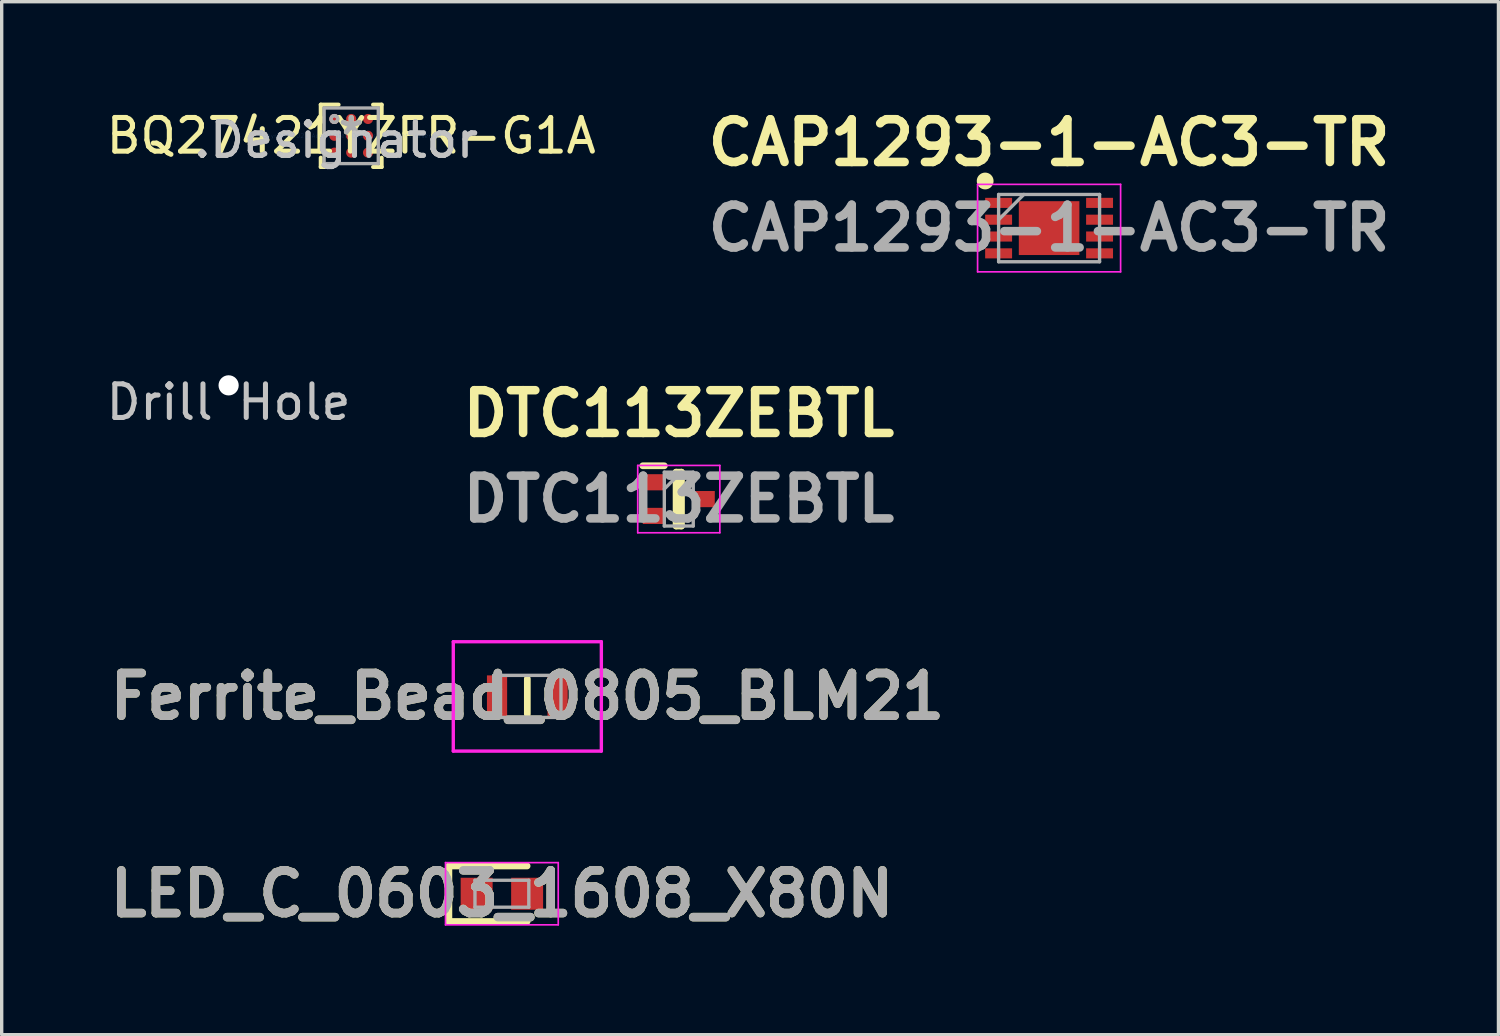
<source format=kicad_pcb>
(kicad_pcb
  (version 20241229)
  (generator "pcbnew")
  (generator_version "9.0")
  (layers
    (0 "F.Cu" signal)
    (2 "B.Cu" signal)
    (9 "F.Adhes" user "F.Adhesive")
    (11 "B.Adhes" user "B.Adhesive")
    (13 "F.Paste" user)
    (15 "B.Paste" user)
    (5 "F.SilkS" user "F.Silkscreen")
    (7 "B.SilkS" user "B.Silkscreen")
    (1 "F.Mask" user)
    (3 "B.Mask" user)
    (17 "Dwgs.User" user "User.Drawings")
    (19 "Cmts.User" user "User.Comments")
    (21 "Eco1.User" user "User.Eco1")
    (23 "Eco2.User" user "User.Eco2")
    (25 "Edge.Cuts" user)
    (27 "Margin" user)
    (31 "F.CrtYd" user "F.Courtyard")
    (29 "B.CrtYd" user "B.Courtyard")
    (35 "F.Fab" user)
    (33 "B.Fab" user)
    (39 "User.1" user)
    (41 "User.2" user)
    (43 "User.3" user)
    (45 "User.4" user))
  (footprint "Ferrite_Bead_0805_BLM21"
    (layer "F.Cu")
    (at 12.621 17.646)
    (property "Reference" "Ferrite_Bead_0805_BLM21" (at 0 0 0) (layer "F.SilkS") (effects (font (size 1.27 1.27) (thickness 0.254))))
    (attr smd)
    (fp_line (start 0 -0.525) (end 0 0.525) (stroke (width 0.2) (type solid)) (layer "F.SilkS"))
    (fp_line (start -2.2 -1.625) (end 2.2 -1.625) (stroke (width 0.1) (type solid)) (layer "F.CrtYd"))
    (fp_line (start -2.2 1.625) (end -2.2 -1.625) (stroke (width 0.1) (type solid)) (layer "F.CrtYd"))
    (fp_line (start 2.2 -1.625) (end 2.2 1.625) (stroke (width 0.1) (type solid)) (layer "F.CrtYd"))
    (fp_line (start 2.2 1.625) (end -2.2 1.625) (stroke (width 0.1) (type solid)) (layer "F.CrtYd"))
    (fp_line (start -1 -0.625) (end 1 -0.625) (stroke (width 0.1) (type solid)) (layer "F.Fab"))
    (fp_line (start -1 0.625) (end -1 -0.625) (stroke (width 0.1) (type solid)) (layer "F.Fab"))
    (fp_line (start 1 -0.625) (end 1 0.625) (stroke (width 0.1) (type solid)) (layer "F.Fab"))
    (fp_line (start 1 0.625) (end -1 0.625) (stroke (width 0.1) (type solid)) (layer "F.Fab"))
    (fp_text user "${REFERENCE}" (at 0 0 0) (layer "F.Fab") (effects (font (size 1.27 1.27) (thickness 0.254))))
    (pad "1" smd rect (at -0.9 0) (size 0.6 1.25) (layers "F.Cu" "F.Mask" "F.Paste"))
    (pad "2" smd rect (at 0.9 0) (size 0.6 1.25) (layers "F.Cu" "F.Mask" "F.Paste")))
  (footprint "BQ27421YZFR-G1A"
    (layer "F.Cu")
    (at 7.387 0.986)
    (property "Reference" "BQ27421YZFR-G1A" (at 0 0 0) (layer "F.SilkS") (effects (font (size 1 1) (thickness 0.15))))
    (attr through_hole)
    (fp_line (start -0.905 -0.926) (end -0.375 -0.926) (stroke (width 0.12) (type solid)) (layer "F.SilkS"))
    (fp_line (start -0.905 -0.4) (end -0.905 -0.926) (stroke (width 0.12) (type solid)) (layer "F.SilkS"))
    (fp_line (start -0.905 0.926) (end -0.905 0.65) (stroke (width 0.12) (type solid)) (layer "F.SilkS"))
    (fp_line (start -0.905 0.926) (end -0.65 0.926) (stroke (width 0.12) (type solid)) (layer "F.SilkS"))
    (fp_line (start 0.65 -0.926) (end 0.905 -0.926) (stroke (width 0.12) (type solid)) (layer "F.SilkS"))
    (fp_line (start 0.65 0.926) (end 0.905 0.926) (stroke (width 0.12) (type solid)) (layer "F.SilkS"))
    (fp_line (start 0.905 -0.65) (end 0.905 -0.926) (stroke (width 0.12) (type solid)) (layer "F.SilkS"))
    (fp_line (start 0.905 0.926) (end 0.905 0.65) (stroke (width 0.12) (type solid)) (layer "F.SilkS"))
    (fp_circle (center -0.6 -0.6) (end -0.575 -0.6) (stroke (width 0.1) (type solid)) (fill no) (layer "F.Paste"))
    (fp_circle (center -0.6 -0.4) (end -0.575 -0.4) (stroke (width 0.1) (type solid)) (fill no) (layer "F.Paste"))
    (fp_circle (center -0.6 -0.1) (end -0.575 -0.1) (stroke (width 0.1) (type solid)) (fill no) (layer "F.Paste"))
    (fp_circle (center -0.6 0.1) (end -0.575 0.1) (stroke (width 0.1) (type solid)) (fill no) (layer "F.Paste"))
    (fp_circle (center -0.6 0.4) (end -0.575 0.4) (stroke (width 0.1) (type solid)) (fill no) (layer "F.Paste"))
    (fp_circle (center -0.6 0.6) (end -0.575 0.6) (stroke (width 0.1) (type solid)) (fill no) (layer "F.Paste"))
    (fp_circle (center -0.4 -0.6) (end -0.375 -0.6) (stroke (width 0.1) (type solid)) (fill no) (layer "F.Paste"))
    (fp_circle (center -0.4 -0.4) (end -0.375 -0.4) (stroke (width 0.1) (type solid)) (fill no) (layer "F.Paste"))
    (fp_circle (center -0.4 -0.1) (end -0.375 -0.1) (stroke (width 0.1) (type solid)) (fill no) (layer "F.Paste"))
    (fp_circle (center -0.4 0.1) (end -0.375 0.1) (stroke (width 0.1) (type solid)) (fill no) (layer "F.Paste"))
    (fp_circle (center -0.4 0.4) (end -0.375 0.4) (stroke (width 0.1) (type solid)) (fill no) (layer "F.Paste"))
    (fp_circle (center -0.4 0.6) (end -0.375 0.6) (stroke (width 0.1) (type solid)) (fill no) (layer "F.Paste"))
    (fp_circle (center -0.1 -0.6) (end -0.075 -0.6) (stroke (width 0.1) (type solid)) (fill no) (layer "F.Paste"))
    (fp_circle (center -0.1 -0.4) (end -0.075 -0.4) (stroke (width 0.1) (type solid)) (fill no) (layer "F.Paste"))
    (fp_circle (center -0.1 -0.1) (end -0.075 -0.1) (stroke (width 0.1) (type solid)) (fill no) (layer "F.Paste"))
    (fp_circle (center -0.1 0.1) (end -0.075 0.1) (stroke (width 0.1) (type solid)) (fill no) (layer "F.Paste"))
    (fp_circle (center -0.1 0.4) (end -0.075 0.4) (stroke (width 0.1) (type solid)) (fill no) (layer "F.Paste"))
    (fp_circle (center -0.1 0.6) (end -0.075 0.6) (stroke (width 0.1) (type solid)) (fill no) (layer "F.Paste"))
    (fp_circle (center 0.1 -0.6) (end 0.125 -0.6) (stroke (width 0.1) (type solid)) (fill no) (layer "F.Paste"))
    (fp_circle (center 0.1 -0.4) (end 0.125 -0.4) (stroke (width 0.1) (type solid)) (fill no) (layer "F.Paste"))
    (fp_circle (center 0.1 -0.1) (end 0.125 -0.1) (stroke (width 0.1) (type solid)) (fill no) (layer "F.Paste"))
    (fp_circle (center 0.1 0.1) (end 0.125 0.1) (stroke (width 0.1) (type solid)) (fill no) (layer "F.Paste"))
    (fp_circle (center 0.1 0.4) (end 0.125 0.4) (stroke (width 0.1) (type solid)) (fill no) (layer "F.Paste"))
    (fp_circle (center 0.1 0.6) (end 0.125 0.6) (stroke (width 0.1) (type solid)) (fill no) (layer "F.Paste"))
    (fp_circle (center 0.4 -0.6) (end 0.425 -0.6) (stroke (width 0.1) (type solid)) (fill no) (layer "F.Paste"))
    (fp_circle (center 0.4 -0.4) (end 0.425 -0.4) (stroke (width 0.1) (type solid)) (fill no) (layer "F.Paste"))
    (fp_circle (center 0.4 -0.1) (end 0.425 -0.1) (stroke (width 0.1) (type solid)) (fill no) (layer "F.Paste"))
    (fp_circle (center 0.4 0.1) (end 0.425 0.1) (stroke (width 0.1) (type solid)) (fill no) (layer "F.Paste"))
    (fp_circle (center 0.4 0.4) (end 0.425 0.4) (stroke (width 0.1) (type solid)) (fill no) (layer "F.Paste"))
    (fp_circle (center 0.4 0.6) (end 0.425 0.6) (stroke (width 0.1) (type solid)) (fill no) (layer "F.Paste"))
    (fp_circle (center 0.6 -0.6) (end 0.625 -0.6) (stroke (width 0.1) (type solid)) (fill no) (layer "F.Paste"))
    (fp_circle (center 0.6 -0.4) (end 0.625 -0.4) (stroke (width 0.1) (type solid)) (fill no) (layer "F.Paste"))
    (fp_circle (center 0.6 -0.1) (end 0.625 -0.1) (stroke (width 0.1) (type solid)) (fill no) (layer "F.Paste"))
    (fp_circle (center 0.6 0.1) (end 0.625 0.1) (stroke (width 0.1) (type solid)) (fill no) (layer "F.Paste"))
    (fp_circle (center 0.6 0.4) (end 0.625 0.4) (stroke (width 0.1) (type solid)) (fill no) (layer "F.Paste"))
    (fp_circle (center 0.6 0.6) (end 0.625 0.6) (stroke (width 0.1) (type solid)) (fill no) (layer "F.Paste"))
    (fp_poly (pts (xy -0.65 -0.4) (xy -0.35 -0.4) (xy -0.35 -0.6) (xy -0.65 -0.6)) (stroke (width 0.1) (type solid)) (fill yes) (layer "F.Paste"))
    (fp_poly (pts (xy -0.65 0.1) (xy -0.35 0.1) (xy -0.35 -0.1) (xy -0.65 -0.1)) (stroke (width 0.1) (type solid)) (fill yes) (layer "F.Paste"))
    (fp_poly (pts (xy -0.65 0.6) (xy -0.35 0.6) (xy -0.35 0.4) (xy -0.65 0.4)) (stroke (width 0.1) (type solid)) (fill yes) (layer "F.Paste"))
    (fp_poly (pts (xy -0.4 -0.35) (xy -0.4 -0.65) (xy -0.6 -0.65) (xy -0.6 -0.35)) (stroke (width 0.1) (type solid)) (fill yes) (layer "F.Paste"))
    (fp_poly (pts (xy -0.4 0.15) (xy -0.4 -0.15) (xy -0.6 -0.15) (xy -0.6 0.15)) (stroke (width 0.1) (type solid)) (fill yes) (layer "F.Paste"))
    (fp_poly (pts (xy -0.4 0.65) (xy -0.4 0.35) (xy -0.6 0.35) (xy -0.6 0.65)) (stroke (width 0.1) (type solid)) (fill yes) (layer "F.Paste"))
    (fp_poly (pts (xy -0.15 -0.4) (xy 0.15 -0.4) (xy 0.15 -0.6) (xy -0.15 -0.6)) (stroke (width 0.1) (type solid)) (fill yes) (layer "F.Paste"))
    (fp_poly (pts (xy -0.15 0.1) (xy 0.15 0.1) (xy 0.15 -0.1) (xy -0.15 -0.1)) (stroke (width 0.1) (type solid)) (fill yes) (layer "F.Paste"))
    (fp_poly (pts (xy -0.15 0.6) (xy 0.15 0.6) (xy 0.15 0.4) (xy -0.15 0.4)) (stroke (width 0.1) (type solid)) (fill yes) (layer "F.Paste"))
    (fp_poly (pts (xy 0.1 -0.35) (xy 0.1 -0.65) (xy -0.1 -0.65) (xy -0.1 -0.35)) (stroke (width 0.1) (type solid)) (fill yes) (layer "F.Paste"))
    (fp_poly (pts (xy 0.1 0.15) (xy 0.1 -0.15) (xy -0.1 -0.15) (xy -0.1 0.15)) (stroke (width 0.1) (type solid)) (fill yes) (layer "F.Paste"))
    (fp_poly (pts (xy 0.1 0.65) (xy 0.1 0.35) (xy -0.1 0.35) (xy -0.1 0.65)) (stroke (width 0.1) (type solid)) (fill yes) (layer "F.Paste"))
    (fp_poly (pts (xy 0.35 -0.4) (xy 0.65 -0.4) (xy 0.65 -0.6) (xy 0.35 -0.6)) (stroke (width 0.1) (type solid)) (fill yes) (layer "F.Paste"))
    (fp_poly (pts (xy 0.35 0.1) (xy 0.65 0.1) (xy 0.65 -0.1) (xy 0.35 -0.1)) (stroke (width 0.1) (type solid)) (fill yes) (layer "F.Paste"))
    (fp_poly (pts (xy 0.35 0.6) (xy 0.65 0.6) (xy 0.65 0.4) (xy 0.35 0.4)) (stroke (width 0.1) (type solid)) (fill yes) (layer "F.Paste"))
    (fp_poly (pts (xy 0.6 -0.35) (xy 0.6 -0.65) (xy 0.4 -0.65) (xy 0.4 -0.35)) (stroke (width 0.1) (type solid)) (fill yes) (layer "F.Paste"))
    (fp_poly (pts (xy 0.6 0.15) (xy 0.6 -0.15) (xy 0.4 -0.15) (xy 0.4 0.15)) (stroke (width 0.1) (type solid)) (fill yes) (layer "F.Paste"))
    (fp_poly (pts (xy 0.6 0.65) (xy 0.6 0.35) (xy 0.4 0.35) (xy 0.4 0.65)) (stroke (width 0.1) (type solid)) (fill yes) (layer "F.Paste"))
    (fp_line (start -0.805 -0.826) (end 0.805 -0.826) (stroke (width 0.1) (type solid)) (layer "F.Fab"))
    (fp_line (start -0.805 0.826) (end -0.805 -0.826) (stroke (width 0.1) (type solid)) (layer "F.Fab"))
    (fp_line (start -0.805 0.826) (end 0.805 0.826) (stroke (width 0.1) (type solid)) (layer "F.Fab"))
    (fp_line (start 0.805 0.826) (end 0.805 -0.826) (stroke (width 0.1) (type solid)) (layer "F.Fab"))
    (fp_circle (center -0.5 -0.5) (end -0.4 -0.5) (stroke (width 0.1) (type solid)) (fill no) (layer "F.Fab"))
    (fp_circle (center -0.5 -0.5) (end -0.4 -0.5) (stroke (width 0.1) (type solid)) (fill no) (layer "F.Fab"))
    (fp_text user "*" (at 0 0 0) (layer "F.SilkS") (effects (font (size 1 1) (thickness 0.15))))
    (fp_text user ".Designator" (at -0.45 0.125 0) (layer "Dwgs.User") (effects (font (size 1 1) (thickness 0.15))))
    (fp_text user "Copyright 2021 Accelerated Designs. All rights reserved." (at 0 0 0) (layer "Cmts.User") (effects (font (size 0.127 0.127) (thickness 0.002))))
    (fp_text user "*" (at 0 0 0) (layer "F.Fab") (effects (font (size 1 1) (thickness 0.15))))
    (fp_text user ".Designator" (at -0.45 0.125 0) (layer "F.Fab") (effects (font (size 1 1) (thickness 0.15))))
    (pad "A1" smd circle (at -0.5 -0.5) (size 0.3 0.3) (layers "F.Cu" "F.Mask" "F.Paste"))
    (pad "A2" smd circle (at 0 -0.5) (size 0.3 0.3) (layers "F.Cu" "F.Mask" "F.Paste"))
    (pad "A3" smd circle (at 0.5 -0.5) (size 0.3 0.3) (layers "F.Cu" "F.Mask" "F.Paste"))
    (pad "B1" smd circle (at -0.5 0) (size 0.3 0.3) (layers "F.Cu" "F.Mask" "F.Paste"))
    (pad "B2" smd circle (at 0 0) (size 0.3 0.3) (layers "F.Cu" "F.Mask" "F.Paste"))
    (pad "B3" smd circle (at 0.5 0) (size 0.3 0.3) (layers "F.Cu" "F.Mask" "F.Paste"))
    (pad "C1" smd circle (at -0.5 0.5) (size 0.3 0.3) (layers "F.Cu" "F.Mask" "F.Paste"))
    (pad "C2" smd circle (at 0 0.5) (size 0.3 0.3) (layers "F.Cu" "F.Mask" "F.Paste"))
    (pad "C3" smd circle (at 0.5 0.5) (size 0.3 0.3) (layers "F.Cu" "F.Mask" "F.Paste")))
  (footprint "LED_C_0603_1608_X80N"
    (layer "F.Cu")
    (at 11.865 23.51)
    (property "Reference" "LED_C_0603_1608_X80N" (at 0 0 0) (layer "F.SilkS") (effects (font (size 1.27 1.27) (thickness 0.254))))
    (attr smd)
    (fp_line (start -1.575 -0.825) (end -1.575 0.825) (stroke (width 0.2) (type solid)) (layer "F.SilkS"))
    (fp_line (start -1.575 0.825) (end 0.75 0.825) (stroke (width 0.2) (type solid)) (layer "F.SilkS"))
    (fp_line (start 0.75 -0.825) (end -1.575 -0.825) (stroke (width 0.2) (type solid)) (layer "F.SilkS"))
    (fp_line (start -1.675 -0.925) (end 1.675 -0.925) (stroke (width 0.05) (type solid)) (layer "F.CrtYd"))
    (fp_line (start -1.675 0.925) (end -1.675 -0.925) (stroke (width 0.05) (type solid)) (layer "F.CrtYd"))
    (fp_line (start 1.675 -0.925) (end 1.675 0.925) (stroke (width 0.05) (type solid)) (layer "F.CrtYd"))
    (fp_line (start 1.675 0.925) (end -1.675 0.925) (stroke (width 0.05) (type solid)) (layer "F.CrtYd"))
    (fp_line (start -0.8 -0.4) (end 0.8 -0.4) (stroke (width 0.1) (type solid)) (layer "F.Fab"))
    (fp_line (start -0.8 -0.133) (end -0.533 -0.4) (stroke (width 0.1) (type solid)) (layer "F.Fab"))
    (fp_line (start -0.8 0.4) (end -0.8 -0.4) (stroke (width 0.1) (type solid)) (layer "F.Fab"))
    (fp_line (start 0.8 -0.4) (end 0.8 0.4) (stroke (width 0.1) (type solid)) (layer "F.Fab"))
    (fp_line (start 0.8 0.4) (end -0.8 0.4) (stroke (width 0.1) (type solid)) (layer "F.Fab"))
    (fp_text user "${REFERENCE}" (at 0 0 0) (layer "F.Fab") (effects (font (size 1.27 1.27) (thickness 0.254))))
    (pad "1" smd rect (at -0.75 0 90) (size 0.95 0.95) (layers "F.Cu" "F.Mask" "F.Paste"))
    (pad "2" smd rect (at 0.75 0 90) (size 0.95 0.95) (layers "F.Cu" "F.Mask" "F.Paste")))
  (footprint "CAP1293-1-AC3-TR"
    (layer "F.Cu")
    (at 28.127 3.729)
    (property "Reference" "CAP1293-1-AC3-TR" (at 0 -2.54 0) (layer "F.SilkS") (effects (font (size 1.27 1.27) (thickness 0.254))))
    (attr smd)
    (fp_circle (center -1.9 -1.4) (end -1.9 -1.275) (stroke (width 0.25) (type solid)) (fill no) (layer "F.SilkS"))
    (fp_line (start -2.125 -1.3) (end 2.125 -1.3) (stroke (width 0.05) (type solid)) (layer "F.CrtYd"))
    (fp_line (start -2.125 1.3) (end -2.125 -1.3) (stroke (width 0.05) (type solid)) (layer "F.CrtYd"))
    (fp_line (start 2.125 -1.3) (end 2.125 1.3) (stroke (width 0.05) (type solid)) (layer "F.CrtYd"))
    (fp_line (start 2.125 1.3) (end -2.125 1.3) (stroke (width 0.05) (type solid)) (layer "F.CrtYd"))
    (fp_line (start -1.5 -1) (end 1.5 -1) (stroke (width 0.1) (type solid)) (layer "F.Fab"))
    (fp_line (start -1.5 -0.25) (end -0.75 -1) (stroke (width 0.1) (type solid)) (layer "F.Fab"))
    (fp_line (start -1.5 1) (end -1.5 -1) (stroke (width 0.1) (type solid)) (layer "F.Fab"))
    (fp_line (start 1.5 -1) (end 1.5 1) (stroke (width 0.1) (type solid)) (layer "F.Fab"))
    (fp_line (start 1.5 1) (end -1.5 1) (stroke (width 0.1) (type solid)) (layer "F.Fab"))
    (fp_text user "${REFERENCE}" (at 0 0 0) (layer "F.Fab") (effects (font (size 1.27 1.27) (thickness 0.254))))
    (pad "1" smd rect (at -1.5 -0.75 90) (size 0.3 0.8) (layers "F.Cu" "F.Mask" "F.Paste"))
    (pad "2" smd rect (at -1.5 -0.25 90) (size 0.3 0.8) (layers "F.Cu" "F.Mask" "F.Paste"))
    (pad "3" smd rect (at -1.5 0.25 90) (size 0.3 0.8) (layers "F.Cu" "F.Mask" "F.Paste"))
    (pad "4" smd rect (at -1.5 0.75 90) (size 0.3 0.8) (layers "F.Cu" "F.Mask" "F.Paste"))
    (pad "5" smd rect (at 1.5 0.75 90) (size 0.3 0.8) (layers "F.Cu" "F.Mask" "F.Paste"))
    (pad "6" smd rect (at 1.5 0.25 90) (size 0.3 0.8) (layers "F.Cu" "F.Mask" "F.Paste"))
    (pad "7" smd rect (at 1.5 -0.25 90) (size 0.3 0.8) (layers "F.Cu" "F.Mask" "F.Paste"))
    (pad "8" smd rect (at 1.5 -0.75 90) (size 0.3 0.8) (layers "F.Cu" "F.Mask" "F.Paste"))
    (pad "9" smd rect (at 0 0 90) (size 1.6 1.8) (layers "F.Cu" "F.Mask" "F.Paste")))
  (footprint "Drill Hole"
    (layer "F.Cu")
    (at 3.744 8.402)
    (property "Reference" "Drill Hole" (at 0 0.5 0) (layer "Dwgs.User") (effects (font (size 1 1) (thickness 0.15))))
    (attr through_hole)
    (pad "" np_thru_hole circle (at 0 0) (size 0.6 0.6) (drill 0.6) (layers "*.Cu" "*.Mask")))
  (footprint "DTC113ZEBTL"
    (layer "F.Cu")
    (at 17.122 11.782)
    (property "Reference" "DTC113ZEBTL" (at 0 -2.54 0) (layer "F.SilkS") (effects (font (size 1.27 1.27) (thickness 0.254))))
    (attr smd)
    (fp_line (start -1.07 -0.99) (end -0.43 -0.99) (stroke (width 0.2) (type solid)) (layer "F.SilkS"))
    (fp_line (start -0.08 -0.8) (end 0.08 -0.8) (stroke (width 0.2) (type solid)) (layer "F.SilkS"))
    (fp_line (start -0.08 0.8) (end -0.08 -0.8) (stroke (width 0.2) (type solid)) (layer "F.SilkS"))
    (fp_line (start 0.08 -0.8) (end 0.08 0.8) (stroke (width 0.2) (type solid)) (layer "F.SilkS"))
    (fp_line (start 0.08 0.8) (end -0.08 0.8) (stroke (width 0.2) (type solid)) (layer "F.SilkS"))
    (fp_line (start -1.22 -1) (end 1.22 -1) (stroke (width 0.05) (type solid)) (layer "F.CrtYd"))
    (fp_line (start -1.22 1) (end -1.22 -1) (stroke (width 0.05) (type solid)) (layer "F.CrtYd"))
    (fp_line (start 1.22 -1) (end 1.22 1) (stroke (width 0.05) (type solid)) (layer "F.CrtYd"))
    (fp_line (start 1.22 1) (end -1.22 1) (stroke (width 0.05) (type solid)) (layer "F.CrtYd"))
    (fp_line (start -0.43 -0.8) (end 0.43 -0.8) (stroke (width 0.1) (type solid)) (layer "F.Fab"))
    (fp_line (start -0.43 -0.3) (end 0.07 -0.8) (stroke (width 0.1) (type solid)) (layer "F.Fab"))
    (fp_line (start -0.43 0.8) (end -0.43 -0.8) (stroke (width 0.1) (type solid)) (layer "F.Fab"))
    (fp_line (start 0.43 -0.8) (end 0.43 0.8) (stroke (width 0.1) (type solid)) (layer "F.Fab"))
    (fp_line (start 0.43 0.8) (end -0.43 0.8) (stroke (width 0.1) (type solid)) (layer "F.Fab"))
    (fp_text user "${REFERENCE}" (at 0 0 0) (layer "F.Fab") (effects (font (size 1.27 1.27) (thickness 0.254))))
    (pad "1" smd rect (at -0.75 -0.5 90) (size 0.48 0.64) (layers "F.Cu" "F.Mask" "F.Paste"))
    (pad "2" smd rect (at -0.75 0.5 90) (size 0.48 0.64) (layers "F.Cu" "F.Mask" "F.Paste"))
    (pad "3" smd rect (at 0.75 0 90) (size 0.48 0.64) (layers "F.Cu" "F.Mask" "F.Paste")))
  (gr_rect
    (start -3 -3)
    (end 41.481 27.699)
    (stroke (width 0.1) (type default))
    (fill no)
    (layer "Edge.Cuts")))
</source>
